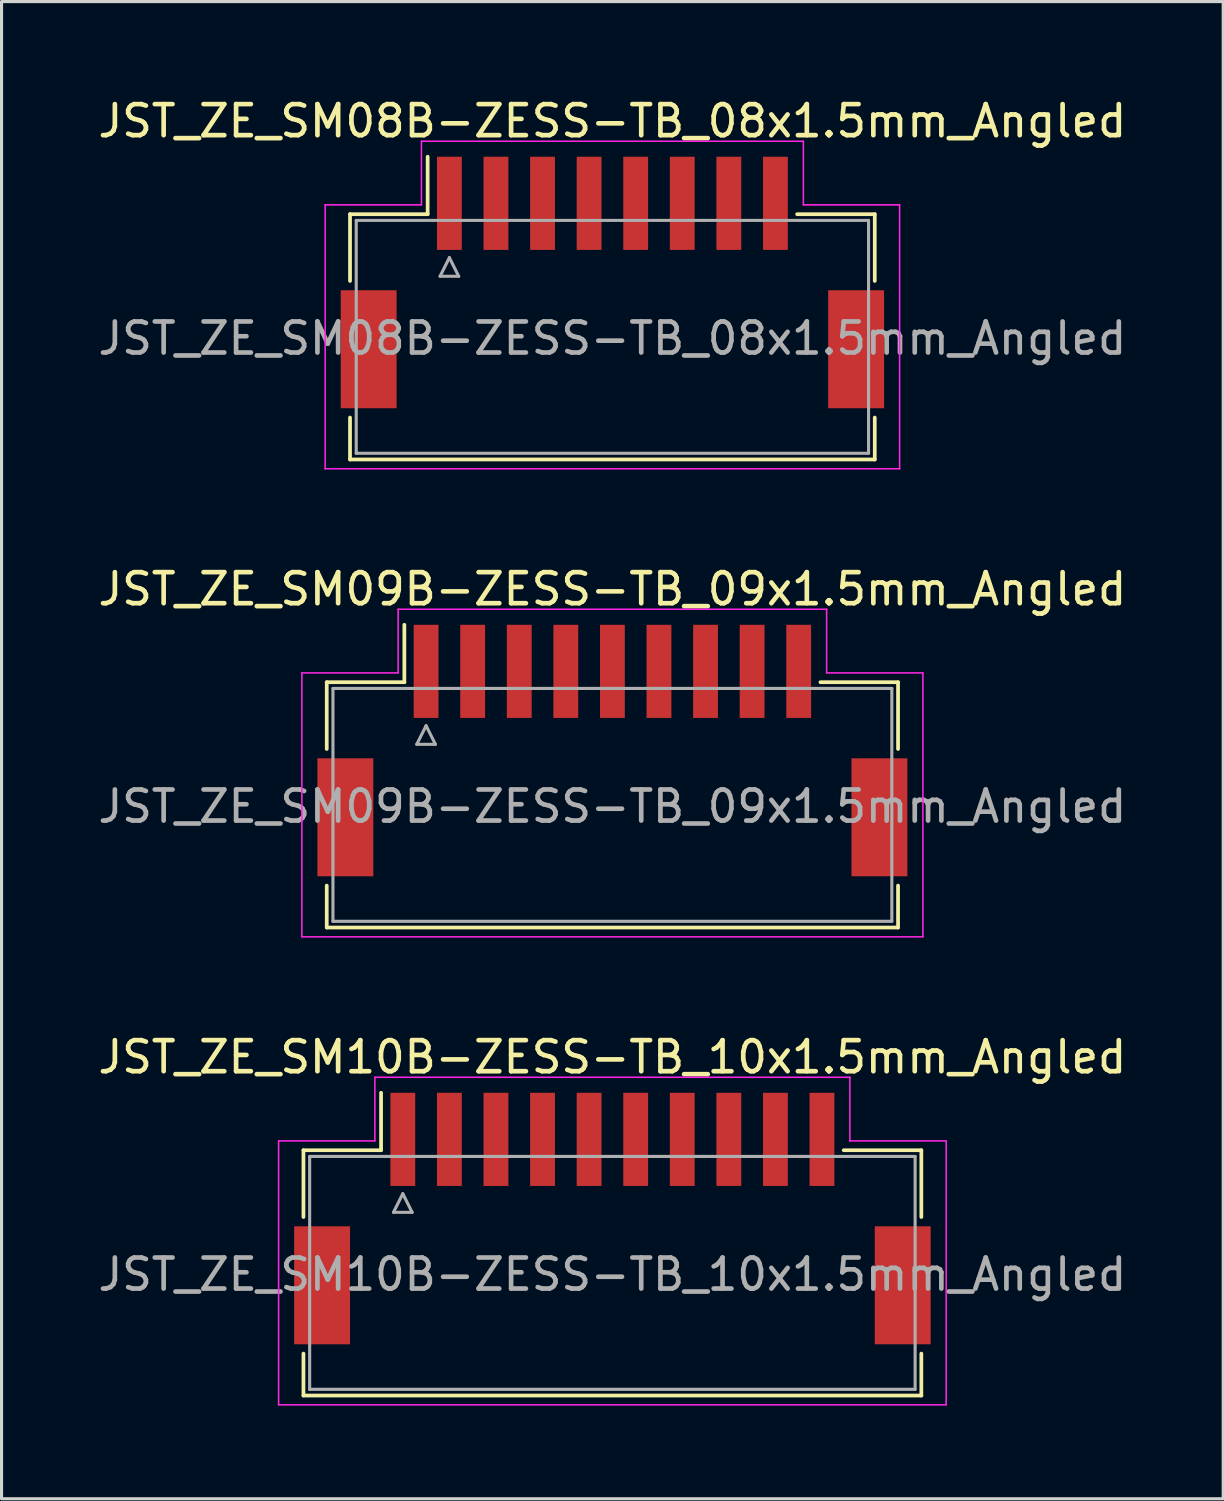
<source format=kicad_pcb>
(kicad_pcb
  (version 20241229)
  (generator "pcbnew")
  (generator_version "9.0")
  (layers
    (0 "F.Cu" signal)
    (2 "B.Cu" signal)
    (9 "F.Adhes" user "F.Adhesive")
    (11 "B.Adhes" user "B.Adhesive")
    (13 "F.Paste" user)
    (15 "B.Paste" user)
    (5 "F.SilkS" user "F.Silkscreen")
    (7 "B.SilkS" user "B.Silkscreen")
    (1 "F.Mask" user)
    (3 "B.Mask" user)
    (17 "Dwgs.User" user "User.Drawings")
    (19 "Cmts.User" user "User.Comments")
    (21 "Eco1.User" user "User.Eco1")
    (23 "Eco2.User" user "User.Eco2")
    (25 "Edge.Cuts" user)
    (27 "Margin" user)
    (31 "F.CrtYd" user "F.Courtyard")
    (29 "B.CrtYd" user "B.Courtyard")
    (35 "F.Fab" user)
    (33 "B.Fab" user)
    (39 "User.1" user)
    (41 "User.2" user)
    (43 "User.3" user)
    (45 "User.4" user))
  (footprint "JST_ZE_SM09B-ZESS-TB_09x1.5mm_Angled"
    (layer "F.Cu")
    (at 16.673 20.922)
    (property "Reference" "JST_ZE_SM09B-ZESS-TB_09x1.5mm_Angled" (at 0 -5 0) (layer "F.SilkS") (effects (font (size 1 1) (thickness 0.15))))
    (attr smd)
    (fp_line (start -9.2 -2) (end -6.7 -2) (stroke (width 0.12) (type solid)) (layer "F.SilkS"))
    (fp_line (start -9.2 0.15) (end -9.2 -2) (stroke (width 0.12) (type solid)) (layer "F.SilkS"))
    (fp_line (start -9.2 4.55) (end -9.2 5.9) (stroke (width 0.12) (type solid)) (layer "F.SilkS"))
    (fp_line (start -9.2 5.9) (end 9.2 5.9) (stroke (width 0.12) (type solid)) (layer "F.SilkS"))
    (fp_line (start -6.7 -2) (end -6.7 -3.85) (stroke (width 0.12) (type solid)) (layer "F.SilkS"))
    (fp_line (start 9.2 -2) (end 6.7 -2) (stroke (width 0.12) (type solid)) (layer "F.SilkS"))
    (fp_line (start 9.2 0.15) (end 9.2 -2) (stroke (width 0.12) (type solid)) (layer "F.SilkS"))
    (fp_line (start 9.2 5.9) (end 9.2 4.55) (stroke (width 0.12) (type solid)) (layer "F.SilkS"))
    (fp_line (start -10 -2.3) (end -10 6.2) (stroke (width 0.05) (type solid)) (layer "F.CrtYd"))
    (fp_line (start -10 6.2) (end 10 6.2) (stroke (width 0.05) (type solid)) (layer "F.CrtYd"))
    (fp_line (start -6.9 -4.35) (end -6.9 -2.3) (stroke (width 0.05) (type solid)) (layer "F.CrtYd"))
    (fp_line (start -6.9 -2.3) (end -10 -2.3) (stroke (width 0.05) (type solid)) (layer "F.CrtYd"))
    (fp_line (start 6.9 -4.35) (end -6.9 -4.35) (stroke (width 0.05) (type solid)) (layer "F.CrtYd"))
    (fp_line (start 6.9 -2.3) (end 6.9 -4.35) (stroke (width 0.05) (type solid)) (layer "F.CrtYd"))
    (fp_line (start 10 -2.3) (end 6.9 -2.3) (stroke (width 0.05) (type solid)) (layer "F.CrtYd"))
    (fp_line (start 10 6.2) (end 10 -2.3) (stroke (width 0.05) (type solid)) (layer "F.CrtYd"))
    (fp_line (start -9 -1.8) (end -9 5.7) (stroke (width 0.1) (type solid)) (layer "F.Fab"))
    (fp_line (start -9 5.7) (end 9 5.7) (stroke (width 0.1) (type solid)) (layer "F.Fab"))
    (fp_line (start -6.3 0) (end -5.7 0) (stroke (width 0.1) (type solid)) (layer "F.Fab"))
    (fp_line (start -6 -0.6) (end -6.3 0) (stroke (width 0.1) (type solid)) (layer "F.Fab"))
    (fp_line (start -5.7 0) (end -6 -0.6) (stroke (width 0.1) (type solid)) (layer "F.Fab"))
    (fp_line (start 9 -1.8) (end -9 -1.8) (stroke (width 0.1) (type solid)) (layer "F.Fab"))
    (fp_line (start 9 5.7) (end 9 -1.8) (stroke (width 0.1) (type solid)) (layer "F.Fab"))
    (fp_text user "${REFERENCE}" (at 0 2 0) (layer "F.Fab") (effects (font (size 1 1) (thickness 0.15))))
    (pad "" smd rect (at -8.6 2.35) (size 1.8 3.8) (layers "F.Cu" "F.Mask" "F.Paste"))
    (pad "" smd rect (at 8.6 2.35) (size 1.8 3.8) (layers "F.Cu" "F.Mask" "F.Paste"))
    (pad "1" smd rect (at -6 -2.35) (size 0.8 3) (layers "F.Cu" "F.Mask" "F.Paste"))
    (pad "2" smd rect (at -4.5 -2.35) (size 0.8 3) (layers "F.Cu" "F.Mask" "F.Paste"))
    (pad "3" smd rect (at -3 -2.35) (size 0.8 3) (layers "F.Cu" "F.Mask" "F.Paste"))
    (pad "4" smd rect (at -1.5 -2.35) (size 0.8 3) (layers "F.Cu" "F.Mask" "F.Paste"))
    (pad "5" smd rect (at 0 -2.35) (size 0.8 3) (layers "F.Cu" "F.Mask" "F.Paste"))
    (pad "6" smd rect (at 1.5 -2.35) (size 0.8 3) (layers "F.Cu" "F.Mask" "F.Paste"))
    (pad "7" smd rect (at 3 -2.35) (size 0.8 3) (layers "F.Cu" "F.Mask" "F.Paste"))
    (pad "8" smd rect (at 4.5 -2.35) (size 0.8 3) (layers "F.Cu" "F.Mask" "F.Paste"))
    (pad "9" smd rect (at 6 -2.35) (size 0.8 3) (layers "F.Cu" "F.Mask" "F.Paste")))
  (footprint "JST_ZE_SM08B-ZESS-TB_08x1.5mm_Angled"
    (layer "F.Cu")
    (at 16.673 5.848)
    (property "Reference" "JST_ZE_SM08B-ZESS-TB_08x1.5mm_Angled" (at 0 -5 0) (layer "F.SilkS") (effects (font (size 1 1) (thickness 0.15))))
    (attr smd)
    (fp_line (start -8.45 -2) (end -5.95 -2) (stroke (width 0.12) (type solid)) (layer "F.SilkS"))
    (fp_line (start -8.45 0.15) (end -8.45 -2) (stroke (width 0.12) (type solid)) (layer "F.SilkS"))
    (fp_line (start -8.45 4.55) (end -8.45 5.9) (stroke (width 0.12) (type solid)) (layer "F.SilkS"))
    (fp_line (start -8.45 5.9) (end 8.45 5.9) (stroke (width 0.12) (type solid)) (layer "F.SilkS"))
    (fp_line (start -5.95 -2) (end -5.95 -3.85) (stroke (width 0.12) (type solid)) (layer "F.SilkS"))
    (fp_line (start 8.45 -2) (end 5.95 -2) (stroke (width 0.12) (type solid)) (layer "F.SilkS"))
    (fp_line (start 8.45 0.15) (end 8.45 -2) (stroke (width 0.12) (type solid)) (layer "F.SilkS"))
    (fp_line (start 8.45 5.9) (end 8.45 4.55) (stroke (width 0.12) (type solid)) (layer "F.SilkS"))
    (fp_line (start -9.25 -2.3) (end -9.25 6.2) (stroke (width 0.05) (type solid)) (layer "F.CrtYd"))
    (fp_line (start -9.25 6.2) (end 9.25 6.2) (stroke (width 0.05) (type solid)) (layer "F.CrtYd"))
    (fp_line (start -6.15 -4.35) (end -6.15 -2.3) (stroke (width 0.05) (type solid)) (layer "F.CrtYd"))
    (fp_line (start -6.15 -2.3) (end -9.25 -2.3) (stroke (width 0.05) (type solid)) (layer "F.CrtYd"))
    (fp_line (start 6.15 -4.35) (end -6.15 -4.35) (stroke (width 0.05) (type solid)) (layer "F.CrtYd"))
    (fp_line (start 6.15 -2.3) (end 6.15 -4.35) (stroke (width 0.05) (type solid)) (layer "F.CrtYd"))
    (fp_line (start 9.25 -2.3) (end 6.15 -2.3) (stroke (width 0.05) (type solid)) (layer "F.CrtYd"))
    (fp_line (start 9.25 6.2) (end 9.25 -2.3) (stroke (width 0.05) (type solid)) (layer "F.CrtYd"))
    (fp_line (start -8.25 -1.8) (end -8.25 5.7) (stroke (width 0.1) (type solid)) (layer "F.Fab"))
    (fp_line (start -8.25 5.7) (end 8.25 5.7) (stroke (width 0.1) (type solid)) (layer "F.Fab"))
    (fp_line (start -5.55 0) (end -4.95 0) (stroke (width 0.1) (type solid)) (layer "F.Fab"))
    (fp_line (start -5.25 -0.6) (end -5.55 0) (stroke (width 0.1) (type solid)) (layer "F.Fab"))
    (fp_line (start -4.95 0) (end -5.25 -0.6) (stroke (width 0.1) (type solid)) (layer "F.Fab"))
    (fp_line (start 8.25 -1.8) (end -8.25 -1.8) (stroke (width 0.1) (type solid)) (layer "F.Fab"))
    (fp_line (start 8.25 5.7) (end 8.25 -1.8) (stroke (width 0.1) (type solid)) (layer "F.Fab"))
    (fp_text user "${REFERENCE}" (at 0 2 0) (layer "F.Fab") (effects (font (size 1 1) (thickness 0.15))))
    (pad "" smd rect (at -7.85 2.35) (size 1.8 3.8) (layers "F.Cu" "F.Mask" "F.Paste"))
    (pad "" smd rect (at 7.85 2.35) (size 1.8 3.8) (layers "F.Cu" "F.Mask" "F.Paste"))
    (pad "1" smd rect (at -5.25 -2.35) (size 0.8 3) (layers "F.Cu" "F.Mask" "F.Paste"))
    (pad "2" smd rect (at -3.75 -2.35) (size 0.8 3) (layers "F.Cu" "F.Mask" "F.Paste"))
    (pad "3" smd rect (at -2.25 -2.35) (size 0.8 3) (layers "F.Cu" "F.Mask" "F.Paste"))
    (pad "4" smd rect (at -0.75 -2.35) (size 0.8 3) (layers "F.Cu" "F.Mask" "F.Paste"))
    (pad "5" smd rect (at 0.75 -2.35) (size 0.8 3) (layers "F.Cu" "F.Mask" "F.Paste"))
    (pad "6" smd rect (at 2.25 -2.35) (size 0.8 3) (layers "F.Cu" "F.Mask" "F.Paste"))
    (pad "7" smd rect (at 3.75 -2.35) (size 0.8 3) (layers "F.Cu" "F.Mask" "F.Paste"))
    (pad "8" smd rect (at 5.25 -2.35) (size 0.8 3) (layers "F.Cu" "F.Mask" "F.Paste")))
  (footprint "JST_ZE_SM10B-ZESS-TB_10x1.5mm_Angled"
    (layer "F.Cu")
    (at 16.673 35.995)
    (property "Reference" "JST_ZE_SM10B-ZESS-TB_10x1.5mm_Angled" (at 0 -5 0) (layer "F.SilkS") (effects (font (size 1 1) (thickness 0.15))))
    (attr smd)
    (fp_line (start -9.95 -2) (end -7.45 -2) (stroke (width 0.12) (type solid)) (layer "F.SilkS"))
    (fp_line (start -9.95 0.15) (end -9.95 -2) (stroke (width 0.12) (type solid)) (layer "F.SilkS"))
    (fp_line (start -9.95 4.55) (end -9.95 5.9) (stroke (width 0.12) (type solid)) (layer "F.SilkS"))
    (fp_line (start -9.95 5.9) (end 9.95 5.9) (stroke (width 0.12) (type solid)) (layer "F.SilkS"))
    (fp_line (start -7.45 -2) (end -7.45 -3.85) (stroke (width 0.12) (type solid)) (layer "F.SilkS"))
    (fp_line (start 9.95 -2) (end 7.45 -2) (stroke (width 0.12) (type solid)) (layer "F.SilkS"))
    (fp_line (start 9.95 0.15) (end 9.95 -2) (stroke (width 0.12) (type solid)) (layer "F.SilkS"))
    (fp_line (start 9.95 5.9) (end 9.95 4.55) (stroke (width 0.12) (type solid)) (layer "F.SilkS"))
    (fp_line (start -10.75 -2.3) (end -10.75 6.2) (stroke (width 0.05) (type solid)) (layer "F.CrtYd"))
    (fp_line (start -10.75 6.2) (end 10.75 6.2) (stroke (width 0.05) (type solid)) (layer "F.CrtYd"))
    (fp_line (start -7.65 -4.35) (end -7.65 -2.3) (stroke (width 0.05) (type solid)) (layer "F.CrtYd"))
    (fp_line (start -7.65 -2.3) (end -10.75 -2.3) (stroke (width 0.05) (type solid)) (layer "F.CrtYd"))
    (fp_line (start 7.65 -4.35) (end -7.65 -4.35) (stroke (width 0.05) (type solid)) (layer "F.CrtYd"))
    (fp_line (start 7.65 -2.3) (end 7.65 -4.35) (stroke (width 0.05) (type solid)) (layer "F.CrtYd"))
    (fp_line (start 10.75 -2.3) (end 7.65 -2.3) (stroke (width 0.05) (type solid)) (layer "F.CrtYd"))
    (fp_line (start 10.75 6.2) (end 10.75 -2.3) (stroke (width 0.05) (type solid)) (layer "F.CrtYd"))
    (fp_line (start -9.75 -1.8) (end -9.75 5.7) (stroke (width 0.1) (type solid)) (layer "F.Fab"))
    (fp_line (start -9.75 5.7) (end 9.75 5.7) (stroke (width 0.1) (type solid)) (layer "F.Fab"))
    (fp_line (start -7.05 0) (end -6.45 0) (stroke (width 0.1) (type solid)) (layer "F.Fab"))
    (fp_line (start -6.75 -0.6) (end -7.05 0) (stroke (width 0.1) (type solid)) (layer "F.Fab"))
    (fp_line (start -6.45 0) (end -6.75 -0.6) (stroke (width 0.1) (type solid)) (layer "F.Fab"))
    (fp_line (start 9.75 -1.8) (end -9.75 -1.8) (stroke (width 0.1) (type solid)) (layer "F.Fab"))
    (fp_line (start 9.75 5.7) (end 9.75 -1.8) (stroke (width 0.1) (type solid)) (layer "F.Fab"))
    (fp_text user "${REFERENCE}" (at 0 2 0) (layer "F.Fab") (effects (font (size 1 1) (thickness 0.15))))
    (pad "" smd rect (at -9.35 2.35) (size 1.8 3.8) (layers "F.Cu" "F.Mask" "F.Paste"))
    (pad "" smd rect (at 9.35 2.35) (size 1.8 3.8) (layers "F.Cu" "F.Mask" "F.Paste"))
    (pad "1" smd rect (at -6.75 -2.35) (size 0.8 3) (layers "F.Cu" "F.Mask" "F.Paste"))
    (pad "2" smd rect (at -5.25 -2.35) (size 0.8 3) (layers "F.Cu" "F.Mask" "F.Paste"))
    (pad "3" smd rect (at -3.75 -2.35) (size 0.8 3) (layers "F.Cu" "F.Mask" "F.Paste"))
    (pad "4" smd rect (at -2.25 -2.35) (size 0.8 3) (layers "F.Cu" "F.Mask" "F.Paste"))
    (pad "5" smd rect (at -0.75 -2.35) (size 0.8 3) (layers "F.Cu" "F.Mask" "F.Paste"))
    (pad "6" smd rect (at 0.75 -2.35) (size 0.8 3) (layers "F.Cu" "F.Mask" "F.Paste"))
    (pad "7" smd rect (at 2.25 -2.35) (size 0.8 3) (layers "F.Cu" "F.Mask" "F.Paste"))
    (pad "8" smd rect (at 3.75 -2.35) (size 0.8 3) (layers "F.Cu" "F.Mask" "F.Paste"))
    (pad "9" smd rect (at 5.25 -2.35) (size 0.8 3) (layers "F.Cu" "F.Mask" "F.Paste"))
    (pad "10" smd rect (at 6.75 -2.35) (size 0.8 3) (layers "F.Cu" "F.Mask" "F.Paste")))
  (gr_rect
    (start -3 -3)
    (end 36.345 45.22)
    (stroke (width 0.1) (type default))
    (fill no)
    (layer "Edge.Cuts")))
</source>
